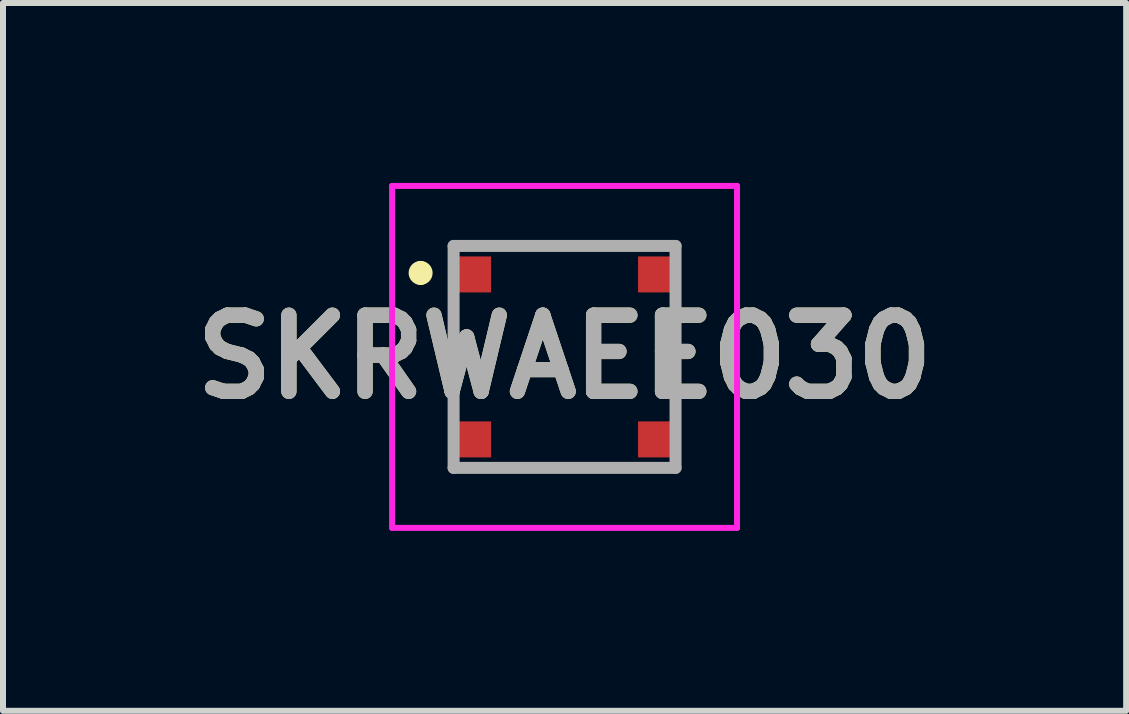
<source format=kicad_pcb>
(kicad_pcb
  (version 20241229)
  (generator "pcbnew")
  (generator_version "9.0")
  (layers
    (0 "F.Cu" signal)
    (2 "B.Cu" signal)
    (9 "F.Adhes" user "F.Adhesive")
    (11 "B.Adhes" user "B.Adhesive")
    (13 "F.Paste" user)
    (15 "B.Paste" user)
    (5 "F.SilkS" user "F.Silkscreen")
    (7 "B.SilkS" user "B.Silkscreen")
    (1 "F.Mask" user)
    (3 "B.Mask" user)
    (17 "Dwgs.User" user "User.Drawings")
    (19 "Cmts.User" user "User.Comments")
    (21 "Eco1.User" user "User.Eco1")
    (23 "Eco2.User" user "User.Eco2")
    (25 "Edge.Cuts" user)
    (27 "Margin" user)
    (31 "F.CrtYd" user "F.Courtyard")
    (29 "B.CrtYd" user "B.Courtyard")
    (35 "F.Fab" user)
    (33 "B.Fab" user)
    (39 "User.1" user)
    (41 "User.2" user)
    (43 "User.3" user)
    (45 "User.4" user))
  (footprint "SKRWAEE030"
    (layer "F.Cu")
    (at 6.362 2.9)
    (property "Reference" "SKRWAEE030" (at 0 0 0) (layer "F.SilkS") (effects (font (size 1.27 1.27) (thickness 0.254))))
    (attr smd)
    (fp_line (start -2.4 -1.5) (end -2.4 -1.5) (stroke (width 0.2) (type solid)) (layer "F.SilkS"))
    (fp_line (start -2.4 -1.3) (end -2.4 -1.3) (stroke (width 0.2) (type solid)) (layer "F.SilkS"))
    (fp_line (start -1.85 -1.85) (end 1.85 -1.85) (stroke (width 0.1) (type solid)) (layer "F.SilkS"))
    (fp_line (start -1.85 -0.8) (end -1.85 0.8) (stroke (width 0.1) (type solid)) (layer "F.SilkS"))
    (fp_line (start -1.85 1.85) (end 1.85 1.85) (stroke (width 0.1) (type solid)) (layer "F.SilkS"))
    (fp_line (start 1.85 -0.8) (end 1.85 0.8) (stroke (width 0.1) (type solid)) (layer "F.SilkS"))
    (fp_arc (start -2.4 -1.5) (mid -2.3 -1.4) (end -2.4 -1.3) (stroke (width 0.2) (type solid)) (layer "F.SilkS"))
    (fp_arc (start -2.4 -1.3) (mid -2.5 -1.4) (end -2.4 -1.5) (stroke (width 0.2) (type solid)) (layer "F.SilkS"))
    (fp_line (start -2.875 -2.85) (end 2.875 -2.85) (stroke (width 0.1) (type solid)) (layer "F.CrtYd"))
    (fp_line (start -2.875 2.85) (end -2.875 -2.85) (stroke (width 0.1) (type solid)) (layer "F.CrtYd"))
    (fp_line (start 2.875 -2.85) (end 2.875 2.85) (stroke (width 0.1) (type solid)) (layer "F.CrtYd"))
    (fp_line (start 2.875 2.85) (end -2.875 2.85) (stroke (width 0.1) (type solid)) (layer "F.CrtYd"))
    (fp_line (start -1.85 -1.85) (end 1.85 -1.85) (stroke (width 0.2) (type solid)) (layer "F.Fab"))
    (fp_line (start -1.85 1.85) (end -1.85 -1.85) (stroke (width 0.2) (type solid)) (layer "F.Fab"))
    (fp_line (start 1.85 -1.85) (end 1.85 1.85) (stroke (width 0.2) (type solid)) (layer "F.Fab"))
    (fp_line (start 1.85 1.85) (end -1.85 1.85) (stroke (width 0.2) (type solid)) (layer "F.Fab"))
    (fp_text user "${REFERENCE}" (at 0 0 0) (layer "F.Fab") (effects (font (size 1.27 1.27) (thickness 0.254))))
    (pad "1" smd rect (at -1.55 -1.375 90) (size 0.6 0.65) (layers "F.Cu" "F.Mask" "F.Paste"))
    (pad "2" smd rect (at -1.55 1.375 90) (size 0.6 0.65) (layers "F.Cu" "F.Mask" "F.Paste"))
    (pad "3" smd rect (at 1.55 -1.375 90) (size 0.6 0.65) (layers "F.Cu" "F.Mask" "F.Paste"))
    (pad "4" smd rect (at 1.55 1.375 90) (size 0.6 0.65) (layers "F.Cu" "F.Mask" "F.Paste")))
  (gr_rect
    (start -3 -3)
    (end 15.724 8.8)
    (stroke (width 0.1) (type default))
    (fill no)
    (layer "Edge.Cuts")))
</source>
